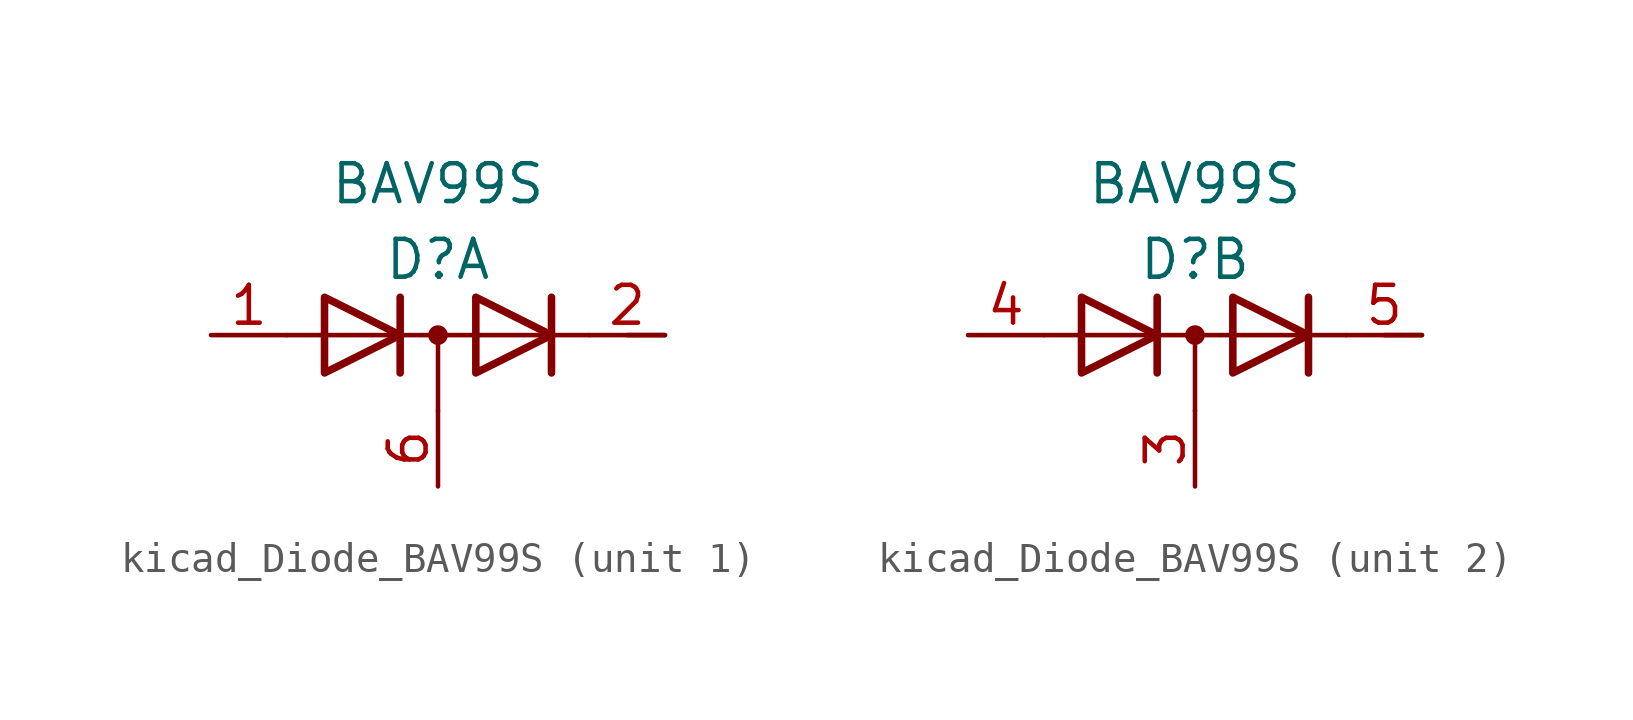
<source format=kicad_sym>
(kicad_symbol_lib
  (version 20220914)
  (generator kicad_symbol_editor)
  (symbol "kicad_Diode_BAV99S"
    (pin_names
      (offset 0.025) hide)
    (property "Reference" "D"
      (at 0 2.54 0)
      (effects (font (size 1.27 1.27))))
    (property "Value" "BAV99S"
      (at 0 5.08 0)
      (effects (font (size 1.27 1.27))))
    (property "ki_locked" ""
      (at 0 0 0)
      (effects (font (size 1.27 1.27))))
    (symbol "kicad_Diode_BAV99S_0_1"
      (polyline (pts (xy -5.08 0) (xy 5.08 0)) (stroke (width 0) (type default)) (fill (type none)))
      (polyline (pts (xy 0 0) (xy 0 -2.54)) (stroke (width 0) (type default)) (fill (type none)))
      (polyline (pts (xy -1.27 -1.27) (xy -1.27 1.27) (xy -1.27 1.27)) (stroke (width 0.254) (type default)) (fill (type none)))
      (polyline (pts (xy 3.81 1.27) (xy 3.81 -1.27) (xy 3.81 -1.27)) (stroke (width 0.254) (type default)) (fill (type none)))
      (polyline (pts (xy -3.81 1.27) (xy -1.27 0) (xy -3.81 -1.27) (xy -3.81 1.27) (xy -3.81 1.27) (xy -3.81 1.27)) (stroke (width 0.254) (type default)) (fill (type none)))
      (polyline (pts (xy 1.27 1.27) (xy 3.81 0) (xy 1.27 -1.27) (xy 1.27 1.27) (xy 1.27 1.27) (xy 1.27 1.27)) (stroke (width 0.254) (type default)) (fill (type none)))
      (circle (center 0 0) (radius 0.254) (stroke (width 0) (type default)) (fill (type outline))))
    (symbol "kicad_Diode_BAV99S_1_1"
      (polyline (pts (xy 6.35 0) (xy 7.62 0)) (stroke (width 0) (type default)) (fill (type none)))
      (pin passive line (at -7.62 0 0) (length 2.54) (name "A1" (effects (font (size 1.27 1.27)))) (number "1" (effects (font (size 1.27 1.27)))))
      (pin passive line (at 7.62 0 180) (length 2.54) (name "K2" (effects (font (size 1.27 1.27)))) (number "2" (effects (font (size 1.27 1.27)))))
      (pin passive line (at 0 -5.08 90) (length 2.54) (name "K3A4" (effects (font (size 1.27 1.27)))) (number "6" (effects (font (size 1.27 1.27))))))
    (symbol "kicad_Diode_BAV99S_2_1"
      (polyline (pts (xy 6.35 0) (xy 7.62 0)) (stroke (width 0) (type default)) (fill (type none)))
      (pin passive line (at 0 -5.08 90) (length 2.54) (name "K1A2" (effects (font (size 1.27 1.27)))) (number "3" (effects (font (size 1.27 1.27)))))
      (pin passive line (at -7.62 0 0) (length 2.54) (name "A3" (effects (font (size 1.27 1.27)))) (number "4" (effects (font (size 1.27 1.27)))))
      (pin passive line (at 7.62 0 180) (length 2.54) (name "K4" (effects (font (size 1.27 1.27)))) (number "5" (effects (font (size 1.27 1.27))))))))
</source>
